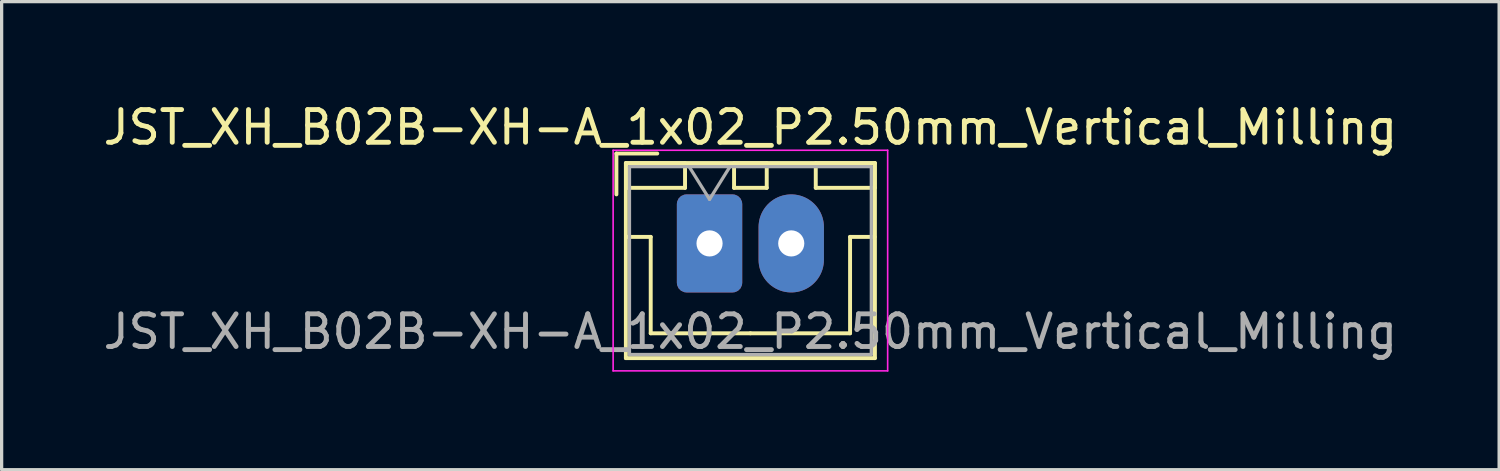
<source format=kicad_pcb>
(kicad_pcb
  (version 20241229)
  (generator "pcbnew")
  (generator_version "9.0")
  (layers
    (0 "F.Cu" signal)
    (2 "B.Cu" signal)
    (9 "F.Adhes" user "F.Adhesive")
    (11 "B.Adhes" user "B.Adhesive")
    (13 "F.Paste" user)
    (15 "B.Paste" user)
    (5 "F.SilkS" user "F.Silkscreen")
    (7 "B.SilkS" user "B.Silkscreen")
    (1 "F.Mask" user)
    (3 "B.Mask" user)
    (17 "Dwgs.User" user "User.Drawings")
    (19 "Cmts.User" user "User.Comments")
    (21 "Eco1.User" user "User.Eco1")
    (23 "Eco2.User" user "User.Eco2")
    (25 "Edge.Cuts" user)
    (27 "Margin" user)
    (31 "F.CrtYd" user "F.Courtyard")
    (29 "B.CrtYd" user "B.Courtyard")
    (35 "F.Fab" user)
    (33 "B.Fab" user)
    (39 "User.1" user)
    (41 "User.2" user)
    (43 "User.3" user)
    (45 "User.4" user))
  (footprint "JST_XH_B02B-XH-A_1x02_P2.50mm_Vertical_Milling"
    (layer "F.Cu")
    (at 18.661 4.398)
    (property "Reference" "JST_XH_B02B-XH-A_1x02_P2.50mm_Vertical_Milling" (at 1.25 -3.55 0) (layer "F.SilkS") (effects (font (size 1 1) (thickness 0.15))))
    (attr through_hole)
    (fp_line (start -2.85 -2.75) (end -2.85 -1.5) (stroke (width 0.12) (type solid)) (layer "F.SilkS"))
    (fp_line (start -2.56 -2.46) (end -2.56 3.51) (stroke (width 0.12) (type solid)) (layer "F.SilkS"))
    (fp_line (start -2.56 3.51) (end 5.06 3.51) (stroke (width 0.12) (type solid)) (layer "F.SilkS"))
    (fp_line (start -2.55 -2.45) (end -2.55 -1.7) (stroke (width 0.12) (type solid)) (layer "F.SilkS"))
    (fp_line (start -2.55 -1.7) (end -0.75 -1.7) (stroke (width 0.12) (type solid)) (layer "F.SilkS"))
    (fp_line (start -2.55 -0.2) (end -1.8 -0.2) (stroke (width 0.12) (type solid)) (layer "F.SilkS"))
    (fp_line (start -1.8 -0.2) (end -1.8 2.75) (stroke (width 0.12) (type solid)) (layer "F.SilkS"))
    (fp_line (start -1.8 2.75) (end 1.25 2.75) (stroke (width 0.12) (type solid)) (layer "F.SilkS"))
    (fp_line (start -1.6 -2.75) (end -2.85 -2.75) (stroke (width 0.12) (type solid)) (layer "F.SilkS"))
    (fp_line (start -0.75 -2.45) (end -2.55 -2.45) (stroke (width 0.12) (type solid)) (layer "F.SilkS"))
    (fp_line (start -0.75 -1.7) (end -0.75 -2.45) (stroke (width 0.12) (type solid)) (layer "F.SilkS"))
    (fp_line (start 0.75 -2.45) (end 0.75 -1.7) (stroke (width 0.12) (type solid)) (layer "F.SilkS"))
    (fp_line (start 0.75 -1.7) (end 1.75 -1.7) (stroke (width 0.12) (type solid)) (layer "F.SilkS"))
    (fp_line (start 1.75 -2.45) (end 0.75 -2.45) (stroke (width 0.12) (type solid)) (layer "F.SilkS"))
    (fp_line (start 1.75 -1.7) (end 1.75 -2.45) (stroke (width 0.12) (type solid)) (layer "F.SilkS"))
    (fp_line (start 3.25 -2.45) (end 3.25 -1.7) (stroke (width 0.12) (type solid)) (layer "F.SilkS"))
    (fp_line (start 3.25 -1.7) (end 5.05 -1.7) (stroke (width 0.12) (type solid)) (layer "F.SilkS"))
    (fp_line (start 4.3 -0.2) (end 4.3 2.75) (stroke (width 0.12) (type solid)) (layer "F.SilkS"))
    (fp_line (start 4.3 2.75) (end 1.25 2.75) (stroke (width 0.12) (type solid)) (layer "F.SilkS"))
    (fp_line (start 5.05 -2.45) (end 3.25 -2.45) (stroke (width 0.12) (type solid)) (layer "F.SilkS"))
    (fp_line (start 5.05 -1.7) (end 5.05 -2.45) (stroke (width 0.12) (type solid)) (layer "F.SilkS"))
    (fp_line (start 5.05 -0.2) (end 4.3 -0.2) (stroke (width 0.12) (type solid)) (layer "F.SilkS"))
    (fp_line (start 5.06 -2.46) (end -2.56 -2.46) (stroke (width 0.12) (type solid)) (layer "F.SilkS"))
    (fp_line (start 5.06 3.51) (end 5.06 -2.46) (stroke (width 0.12) (type solid)) (layer "F.SilkS"))
    (fp_line (start -2.95 -2.85) (end -2.95 3.9) (stroke (width 0.05) (type solid)) (layer "F.CrtYd"))
    (fp_line (start -2.95 3.9) (end 5.45 3.9) (stroke (width 0.05) (type solid)) (layer "F.CrtYd"))
    (fp_line (start 5.45 -2.85) (end -2.95 -2.85) (stroke (width 0.05) (type solid)) (layer "F.CrtYd"))
    (fp_line (start 5.45 3.9) (end 5.45 -2.85) (stroke (width 0.05) (type solid)) (layer "F.CrtYd"))
    (fp_line (start -2.45 -2.35) (end -2.45 3.4) (stroke (width 0.1) (type solid)) (layer "F.Fab"))
    (fp_line (start -2.45 3.4) (end 4.95 3.4) (stroke (width 0.1) (type solid)) (layer "F.Fab"))
    (fp_line (start -0.625 -2.35) (end 0 -1.35) (stroke (width 0.1) (type solid)) (layer "F.Fab"))
    (fp_line (start 0 -1.35) (end 0.625 -2.35) (stroke (width 0.1) (type solid)) (layer "F.Fab"))
    (fp_line (start 4.95 -2.35) (end -2.45 -2.35) (stroke (width 0.1) (type solid)) (layer "F.Fab"))
    (fp_line (start 4.95 3.4) (end 4.95 -2.35) (stroke (width 0.1) (type solid)) (layer "F.Fab"))
    (fp_text user "${REFERENCE}" (at 1.25 2.7 0) (layer "F.Fab") (effects (font (size 1 1) (thickness 0.15))))
    (pad "1" thru_hole roundrect (at 0 0) (size 2 3) (drill 0.8) (layers "*.Cu" "*.Mask") (roundrect_rratio 0.147))
    (pad "2" thru_hole oval (at 2.5 0) (size 2 3) (drill 0.8) (layers "*.Cu" "*.Mask")))
  (gr_rect
    (start -3 -3)
    (end 42.821 11.323)
    (stroke (width 0.1) (type default))
    (fill no)
    (layer "Edge.Cuts")))
</source>
